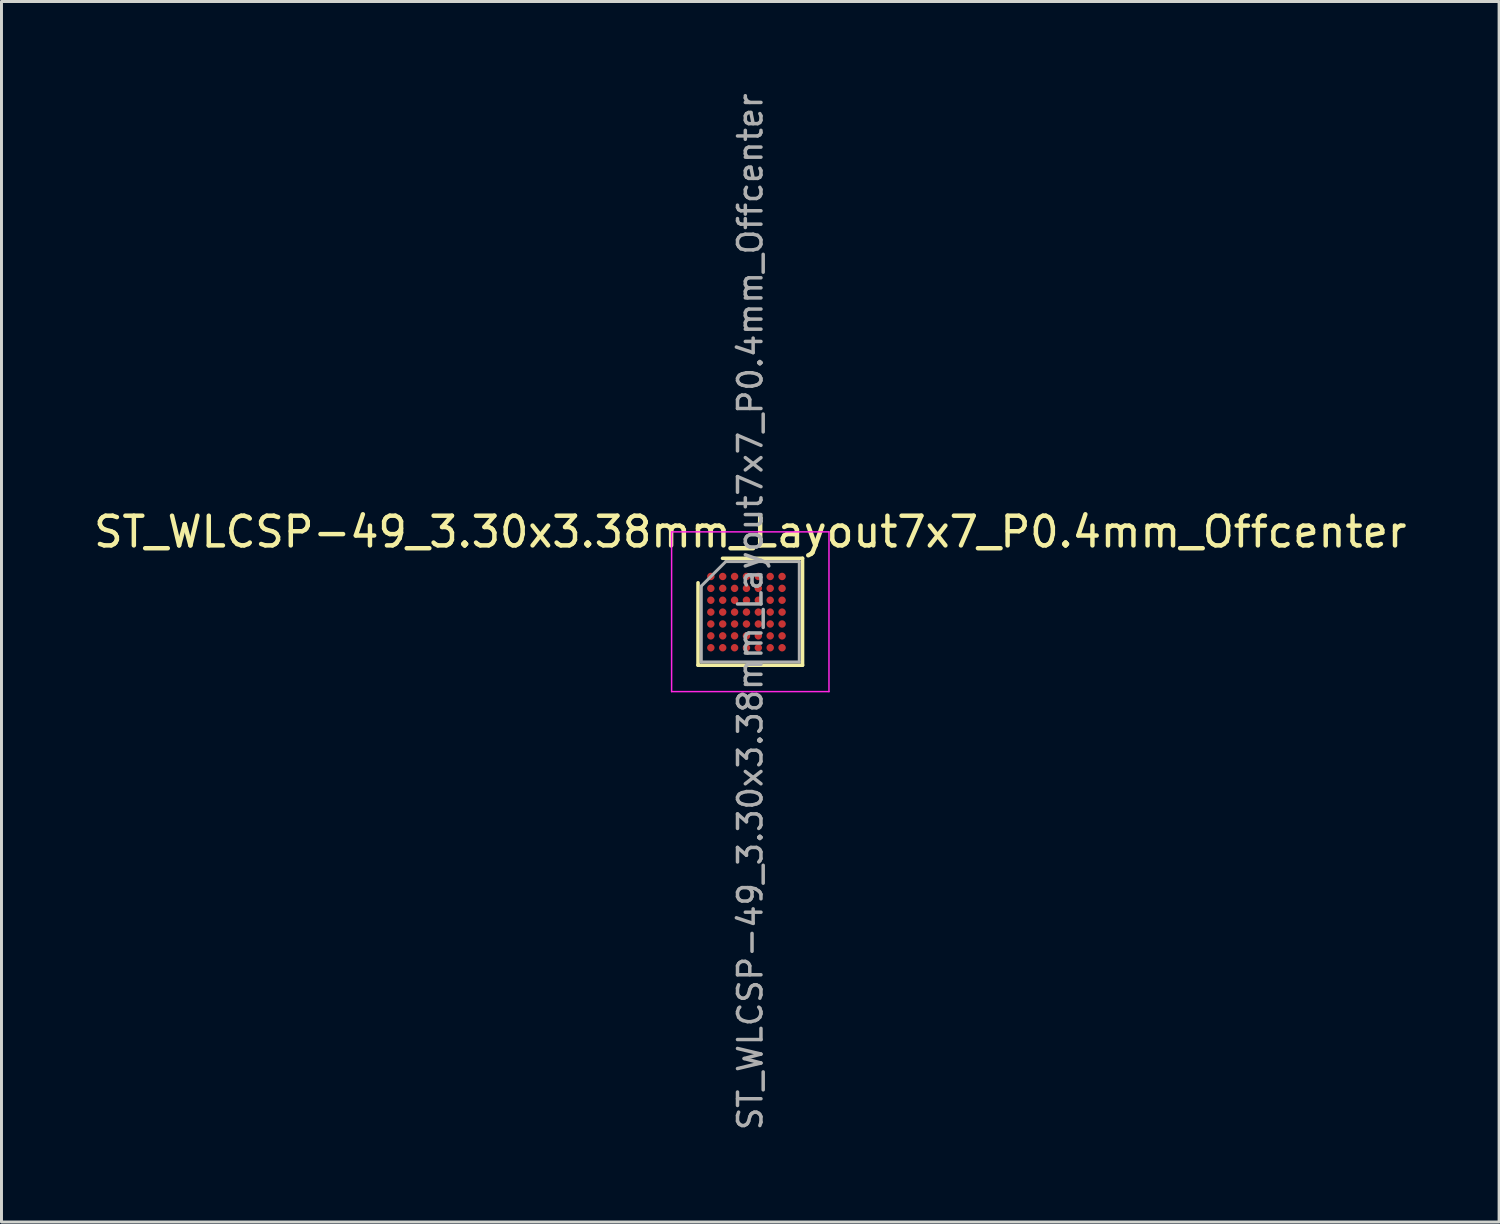
<source format=kicad_pcb>
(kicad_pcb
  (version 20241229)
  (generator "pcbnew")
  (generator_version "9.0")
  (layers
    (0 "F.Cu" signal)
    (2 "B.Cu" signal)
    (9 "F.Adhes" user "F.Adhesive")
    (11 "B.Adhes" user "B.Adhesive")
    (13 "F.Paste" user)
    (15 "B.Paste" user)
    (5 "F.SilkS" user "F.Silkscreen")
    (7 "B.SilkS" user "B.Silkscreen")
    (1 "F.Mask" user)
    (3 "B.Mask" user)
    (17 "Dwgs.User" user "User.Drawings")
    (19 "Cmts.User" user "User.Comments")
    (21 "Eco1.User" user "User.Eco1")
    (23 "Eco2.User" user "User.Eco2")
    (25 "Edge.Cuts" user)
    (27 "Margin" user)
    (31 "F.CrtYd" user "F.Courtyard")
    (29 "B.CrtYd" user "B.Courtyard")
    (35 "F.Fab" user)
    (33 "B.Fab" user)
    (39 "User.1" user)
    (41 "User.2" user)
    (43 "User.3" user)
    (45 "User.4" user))
  (footprint "ST_WLCSP-49_3.30x3.38mm_Layout7x7_P0.4mm_Offcenter"
    (layer "F.Cu")
    (at 22.22 17.554)
    (property "Reference" "ST_WLCSP-49_3.30x3.38mm_Layout7x7_P0.4mm_Offcenter" (at 0 -2.69 0) (layer "F.SilkS") (effects (font (size 1 1) (thickness 0.15))))
    (attr smd)
    (fp_line (start -1.76 1.8) (end -1.76 -0.975) (stroke (width 0.12) (type solid)) (layer "F.SilkS"))
    (fp_line (start -0.935 -1.8) (end 1.76 -1.8) (stroke (width 0.12) (type solid)) (layer "F.SilkS"))
    (fp_line (start 1.76 -1.8) (end 1.76 1.8) (stroke (width 0.12) (type solid)) (layer "F.SilkS"))
    (fp_line (start 1.76 1.8) (end -1.76 1.8) (stroke (width 0.12) (type solid)) (layer "F.SilkS"))
    (fp_line (start -2.65 -2.69) (end -2.65 2.69) (stroke (width 0.05) (type solid)) (layer "F.CrtYd"))
    (fp_line (start -2.65 2.69) (end 2.65 2.69) (stroke (width 0.05) (type solid)) (layer "F.CrtYd"))
    (fp_line (start 2.65 -2.69) (end -2.65 -2.69) (stroke (width 0.05) (type solid)) (layer "F.CrtYd"))
    (fp_line (start 2.65 2.69) (end 2.65 -2.69) (stroke (width 0.05) (type solid)) (layer "F.CrtYd"))
    (fp_line (start -1.65 -0.865) (end -0.825 -1.69) (stroke (width 0.1) (type solid)) (layer "F.Fab"))
    (fp_line (start -1.65 1.69) (end -1.65 -0.865) (stroke (width 0.1) (type solid)) (layer "F.Fab"))
    (fp_line (start -0.825 -1.69) (end 1.65 -1.69) (stroke (width 0.1) (type solid)) (layer "F.Fab"))
    (fp_line (start 1.65 -1.69) (end 1.65 1.69) (stroke (width 0.1) (type solid)) (layer "F.Fab"))
    (fp_line (start 1.65 1.69) (end -1.65 1.69) (stroke (width 0.1) (type solid)) (layer "F.Fab"))
    (fp_text user "${REFERENCE}" (at 0 0 270) (layer "F.Fab") (effects (font (size 0.79 0.79) (thickness 0.118))))
    (pad "A1" smd circle (at -1.329 -1.188) (size 0.25 0.25) (layers "F.Cu" "F.Mask" "F.Paste"))
    (pad "A2" smd circle (at -0.929 -1.188) (size 0.25 0.25) (layers "F.Cu" "F.Mask" "F.Paste"))
    (pad "A3" smd circle (at -0.529 -1.188) (size 0.25 0.25) (layers "F.Cu" "F.Mask" "F.Paste"))
    (pad "A4" smd circle (at -0.129 -1.188) (size 0.25 0.25) (layers "F.Cu" "F.Mask" "F.Paste"))
    (pad "A5" smd circle (at 0.271 -1.188) (size 0.25 0.25) (layers "F.Cu" "F.Mask" "F.Paste"))
    (pad "A6" smd circle (at 0.671 -1.188) (size 0.25 0.25) (layers "F.Cu" "F.Mask" "F.Paste"))
    (pad "A7" smd circle (at 1.071 -1.188) (size 0.25 0.25) (layers "F.Cu" "F.Mask" "F.Paste"))
    (pad "B1" smd circle (at -1.329 -0.788) (size 0.25 0.25) (layers "F.Cu" "F.Mask" "F.Paste"))
    (pad "B2" smd circle (at -0.929 -0.788) (size 0.25 0.25) (layers "F.Cu" "F.Mask" "F.Paste"))
    (pad "B3" smd circle (at -0.529 -0.788) (size 0.25 0.25) (layers "F.Cu" "F.Mask" "F.Paste"))
    (pad "B4" smd circle (at -0.129 -0.788) (size 0.25 0.25) (layers "F.Cu" "F.Mask" "F.Paste"))
    (pad "B5" smd circle (at 0.271 -0.788) (size 0.25 0.25) (layers "F.Cu" "F.Mask" "F.Paste"))
    (pad "B6" smd circle (at 0.671 -0.788) (size 0.25 0.25) (layers "F.Cu" "F.Mask" "F.Paste"))
    (pad "B7" smd circle (at 1.071 -0.788) (size 0.25 0.25) (layers "F.Cu" "F.Mask" "F.Paste"))
    (pad "C1" smd circle (at -1.329 -0.388) (size 0.25 0.25) (layers "F.Cu" "F.Mask" "F.Paste"))
    (pad "C2" smd circle (at -0.929 -0.388) (size 0.25 0.25) (layers "F.Cu" "F.Mask" "F.Paste"))
    (pad "C3" smd circle (at -0.529 -0.388) (size 0.25 0.25) (layers "F.Cu" "F.Mask" "F.Paste"))
    (pad "C4" smd circle (at -0.129 -0.388) (size 0.25 0.25) (layers "F.Cu" "F.Mask" "F.Paste"))
    (pad "C5" smd circle (at 0.271 -0.388) (size 0.25 0.25) (layers "F.Cu" "F.Mask" "F.Paste"))
    (pad "C6" smd circle (at 0.671 -0.388) (size 0.25 0.25) (layers "F.Cu" "F.Mask" "F.Paste"))
    (pad "C7" smd circle (at 1.071 -0.388) (size 0.25 0.25) (layers "F.Cu" "F.Mask" "F.Paste"))
    (pad "D1" smd circle (at -1.329 0.012) (size 0.25 0.25) (layers "F.Cu" "F.Mask" "F.Paste"))
    (pad "D2" smd circle (at -0.929 0.012) (size 0.25 0.25) (layers "F.Cu" "F.Mask" "F.Paste"))
    (pad "D3" smd circle (at -0.529 0.012) (size 0.25 0.25) (layers "F.Cu" "F.Mask" "F.Paste"))
    (pad "D4" smd circle (at -0.129 0.012) (size 0.25 0.25) (layers "F.Cu" "F.Mask" "F.Paste"))
    (pad "D5" smd circle (at 0.271 0.012) (size 0.25 0.25) (layers "F.Cu" "F.Mask" "F.Paste"))
    (pad "D6" smd circle (at 0.671 0.012) (size 0.25 0.25) (layers "F.Cu" "F.Mask" "F.Paste"))
    (pad "D7" smd circle (at 1.071 0.012) (size 0.25 0.25) (layers "F.Cu" "F.Mask" "F.Paste"))
    (pad "E1" smd circle (at -1.329 0.412) (size 0.25 0.25) (layers "F.Cu" "F.Mask" "F.Paste"))
    (pad "E2" smd circle (at -0.929 0.412) (size 0.25 0.25) (layers "F.Cu" "F.Mask" "F.Paste"))
    (pad "E3" smd circle (at -0.529 0.412) (size 0.25 0.25) (layers "F.Cu" "F.Mask" "F.Paste"))
    (pad "E4" smd circle (at -0.129 0.412) (size 0.25 0.25) (layers "F.Cu" "F.Mask" "F.Paste"))
    (pad "E5" smd circle (at 0.271 0.412) (size 0.25 0.25) (layers "F.Cu" "F.Mask" "F.Paste"))
    (pad "E6" smd circle (at 0.671 0.412) (size 0.25 0.25) (layers "F.Cu" "F.Mask" "F.Paste"))
    (pad "E7" smd circle (at 1.071 0.412) (size 0.25 0.25) (layers "F.Cu" "F.Mask" "F.Paste"))
    (pad "F1" smd circle (at -1.329 0.812) (size 0.25 0.25) (layers "F.Cu" "F.Mask" "F.Paste"))
    (pad "F2" smd circle (at -0.929 0.812) (size 0.25 0.25) (layers "F.Cu" "F.Mask" "F.Paste"))
    (pad "F3" smd circle (at -0.529 0.812) (size 0.25 0.25) (layers "F.Cu" "F.Mask" "F.Paste"))
    (pad "F4" smd circle (at -0.129 0.812) (size 0.25 0.25) (layers "F.Cu" "F.Mask" "F.Paste"))
    (pad "F5" smd circle (at 0.271 0.812) (size 0.25 0.25) (layers "F.Cu" "F.Mask" "F.Paste"))
    (pad "F6" smd circle (at 0.671 0.812) (size 0.25 0.25) (layers "F.Cu" "F.Mask" "F.Paste"))
    (pad "F7" smd circle (at 1.071 0.812) (size 0.25 0.25) (layers "F.Cu" "F.Mask" "F.Paste"))
    (pad "G1" smd circle (at -1.329 1.212) (size 0.25 0.25) (layers "F.Cu" "F.Mask" "F.Paste"))
    (pad "G2" smd circle (at -0.929 1.212) (size 0.25 0.25) (layers "F.Cu" "F.Mask" "F.Paste"))
    (pad "G3" smd circle (at -0.529 1.212) (size 0.25 0.25) (layers "F.Cu" "F.Mask" "F.Paste"))
    (pad "G4" smd circle (at -0.129 1.212) (size 0.25 0.25) (layers "F.Cu" "F.Mask" "F.Paste"))
    (pad "G5" smd circle (at 0.271 1.212) (size 0.25 0.25) (layers "F.Cu" "F.Mask" "F.Paste"))
    (pad "G6" smd circle (at 0.671 1.212) (size 0.25 0.25) (layers "F.Cu" "F.Mask" "F.Paste"))
    (pad "G7" smd circle (at 1.071 1.212) (size 0.25 0.25) (layers "F.Cu" "F.Mask" "F.Paste")))
  (gr_rect
    (start -3 -3)
    (end 47.44 38.108)
    (stroke (width 0.1) (type default))
    (fill no)
    (layer "Edge.Cuts")))
</source>
